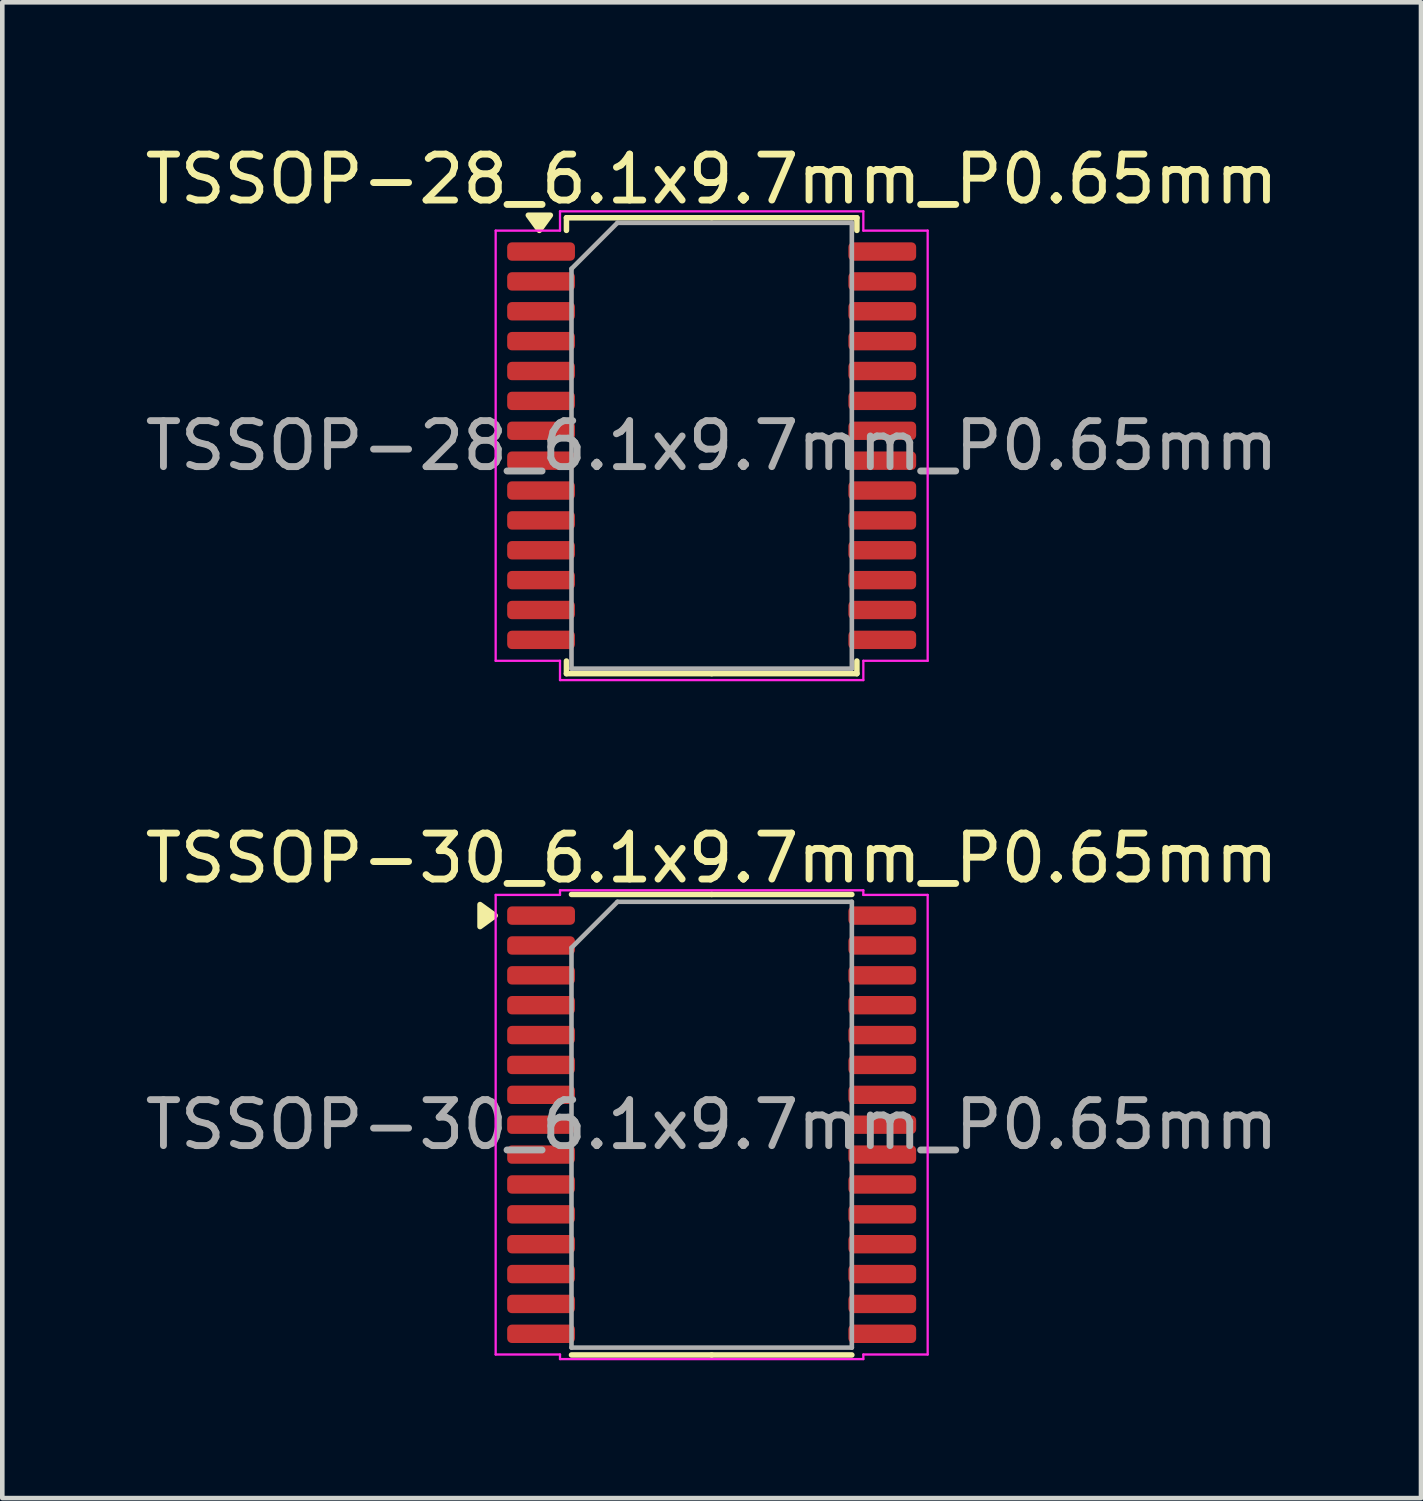
<source format=kicad_pcb>
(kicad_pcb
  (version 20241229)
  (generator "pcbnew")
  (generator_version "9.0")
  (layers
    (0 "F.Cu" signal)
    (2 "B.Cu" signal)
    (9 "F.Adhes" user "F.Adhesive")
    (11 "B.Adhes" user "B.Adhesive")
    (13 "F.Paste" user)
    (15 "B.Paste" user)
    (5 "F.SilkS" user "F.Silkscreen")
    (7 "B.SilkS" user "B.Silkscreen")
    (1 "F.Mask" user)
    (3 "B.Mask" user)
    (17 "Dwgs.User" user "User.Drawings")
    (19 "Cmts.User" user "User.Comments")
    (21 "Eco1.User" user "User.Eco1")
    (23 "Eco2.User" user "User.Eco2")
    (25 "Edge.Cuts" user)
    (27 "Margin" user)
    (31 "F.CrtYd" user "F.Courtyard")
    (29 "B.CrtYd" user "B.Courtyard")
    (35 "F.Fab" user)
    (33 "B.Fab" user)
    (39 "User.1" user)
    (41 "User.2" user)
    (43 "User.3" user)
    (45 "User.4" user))
  (footprint "TSSOP-28_6.1x9.7mm_P0.65mm"
    (layer "F.Cu")
    (at 12.435 6.648)
    (property "Reference" "TSSOP-28_6.1x9.7mm_P0.65mm" (at 0 -5.8 0) (layer "F.SilkS") (effects (font (size 1 1) (thickness 0.15))))
    (attr smd)
    (fp_line (start -3.16 -4.96) (end -3.16 -4.685) (stroke (width 0.12) (type solid)) (layer "F.SilkS"))
    (fp_line (start -3.16 4.96) (end -3.16 4.685) (stroke (width 0.12) (type solid)) (layer "F.SilkS"))
    (fp_line (start 0 -4.96) (end -3.16 -4.96) (stroke (width 0.12) (type solid)) (layer "F.SilkS"))
    (fp_line (start 0 -4.96) (end 3.16 -4.96) (stroke (width 0.12) (type solid)) (layer "F.SilkS"))
    (fp_line (start 0 4.96) (end -3.16 4.96) (stroke (width 0.12) (type solid)) (layer "F.SilkS"))
    (fp_line (start 0 4.96) (end 3.16 4.96) (stroke (width 0.12) (type solid)) (layer "F.SilkS"))
    (fp_line (start 3.16 -4.96) (end 3.16 -4.685) (stroke (width 0.12) (type solid)) (layer "F.SilkS"))
    (fp_line (start 3.16 4.96) (end 3.16 4.685) (stroke (width 0.12) (type solid)) (layer "F.SilkS"))
    (fp_poly (pts (xy -3.75 -4.685) (xy -3.99 -5.015) (xy -3.51 -5.015)) (stroke (width 0.12) (type solid)) (fill yes) (layer "F.SilkS"))
    (fp_line (start -4.7 -4.68) (end -3.3 -4.68) (stroke (width 0.05) (type solid)) (layer "F.CrtYd"))
    (fp_line (start -4.7 4.68) (end -4.7 -4.68) (stroke (width 0.05) (type solid)) (layer "F.CrtYd"))
    (fp_line (start -3.3 -5.1) (end 3.3 -5.1) (stroke (width 0.05) (type solid)) (layer "F.CrtYd"))
    (fp_line (start -3.3 -4.68) (end -3.3 -5.1) (stroke (width 0.05) (type solid)) (layer "F.CrtYd"))
    (fp_line (start -3.3 4.68) (end -4.7 4.68) (stroke (width 0.05) (type solid)) (layer "F.CrtYd"))
    (fp_line (start -3.3 5.1) (end -3.3 4.68) (stroke (width 0.05) (type solid)) (layer "F.CrtYd"))
    (fp_line (start 3.3 -5.1) (end 3.3 -4.68) (stroke (width 0.05) (type solid)) (layer "F.CrtYd"))
    (fp_line (start 3.3 -4.68) (end 4.7 -4.68) (stroke (width 0.05) (type solid)) (layer "F.CrtYd"))
    (fp_line (start 3.3 4.68) (end 3.3 5.1) (stroke (width 0.05) (type solid)) (layer "F.CrtYd"))
    (fp_line (start 3.3 5.1) (end -3.3 5.1) (stroke (width 0.05) (type solid)) (layer "F.CrtYd"))
    (fp_line (start 4.7 -4.68) (end 4.7 4.68) (stroke (width 0.05) (type solid)) (layer "F.CrtYd"))
    (fp_line (start 4.7 4.68) (end 3.3 4.68) (stroke (width 0.05) (type solid)) (layer "F.CrtYd"))
    (fp_line (start -3.05 -3.85) (end -2.05 -4.85) (stroke (width 0.1) (type solid)) (layer "F.Fab"))
    (fp_line (start -3.05 4.85) (end -3.05 -3.85) (stroke (width 0.1) (type solid)) (layer "F.Fab"))
    (fp_line (start -2.05 -4.85) (end 3.05 -4.85) (stroke (width 0.1) (type solid)) (layer "F.Fab"))
    (fp_line (start 3.05 -4.85) (end 3.05 4.85) (stroke (width 0.1) (type solid)) (layer "F.Fab"))
    (fp_line (start 3.05 4.85) (end -3.05 4.85) (stroke (width 0.1) (type solid)) (layer "F.Fab"))
    (fp_text user "${REFERENCE}" (at 0 0 0) (layer "F.Fab") (effects (font (size 1 1) (thickness 0.15))))
    (pad "1" smd roundrect (at -3.712 -4.225) (size 1.475 0.4) (layers "F.Cu" "F.Mask" "F.Paste") (roundrect_rratio 0.25))
    (pad "2" smd roundrect (at -3.712 -3.575) (size 1.475 0.4) (layers "F.Cu" "F.Mask" "F.Paste") (roundrect_rratio 0.25))
    (pad "3" smd roundrect (at -3.712 -2.925) (size 1.475 0.4) (layers "F.Cu" "F.Mask" "F.Paste") (roundrect_rratio 0.25))
    (pad "4" smd roundrect (at -3.712 -2.275) (size 1.475 0.4) (layers "F.Cu" "F.Mask" "F.Paste") (roundrect_rratio 0.25))
    (pad "5" smd roundrect (at -3.712 -1.625) (size 1.475 0.4) (layers "F.Cu" "F.Mask" "F.Paste") (roundrect_rratio 0.25))
    (pad "6" smd roundrect (at -3.712 -0.975) (size 1.475 0.4) (layers "F.Cu" "F.Mask" "F.Paste") (roundrect_rratio 0.25))
    (pad "7" smd roundrect (at -3.712 -0.325) (size 1.475 0.4) (layers "F.Cu" "F.Mask" "F.Paste") (roundrect_rratio 0.25))
    (pad "8" smd roundrect (at -3.712 0.325) (size 1.475 0.4) (layers "F.Cu" "F.Mask" "F.Paste") (roundrect_rratio 0.25))
    (pad "9" smd roundrect (at -3.712 0.975) (size 1.475 0.4) (layers "F.Cu" "F.Mask" "F.Paste") (roundrect_rratio 0.25))
    (pad "10" smd roundrect (at -3.712 1.625) (size 1.475 0.4) (layers "F.Cu" "F.Mask" "F.Paste") (roundrect_rratio 0.25))
    (pad "11" smd roundrect (at -3.712 2.275) (size 1.475 0.4) (layers "F.Cu" "F.Mask" "F.Paste") (roundrect_rratio 0.25))
    (pad "12" smd roundrect (at -3.712 2.925) (size 1.475 0.4) (layers "F.Cu" "F.Mask" "F.Paste") (roundrect_rratio 0.25))
    (pad "13" smd roundrect (at -3.712 3.575) (size 1.475 0.4) (layers "F.Cu" "F.Mask" "F.Paste") (roundrect_rratio 0.25))
    (pad "14" smd roundrect (at -3.712 4.225) (size 1.475 0.4) (layers "F.Cu" "F.Mask" "F.Paste") (roundrect_rratio 0.25))
    (pad "15" smd roundrect (at 3.712 4.225) (size 1.475 0.4) (layers "F.Cu" "F.Mask" "F.Paste") (roundrect_rratio 0.25))
    (pad "16" smd roundrect (at 3.712 3.575) (size 1.475 0.4) (layers "F.Cu" "F.Mask" "F.Paste") (roundrect_rratio 0.25))
    (pad "17" smd roundrect (at 3.712 2.925) (size 1.475 0.4) (layers "F.Cu" "F.Mask" "F.Paste") (roundrect_rratio 0.25))
    (pad "18" smd roundrect (at 3.712 2.275) (size 1.475 0.4) (layers "F.Cu" "F.Mask" "F.Paste") (roundrect_rratio 0.25))
    (pad "19" smd roundrect (at 3.712 1.625) (size 1.475 0.4) (layers "F.Cu" "F.Mask" "F.Paste") (roundrect_rratio 0.25))
    (pad "20" smd roundrect (at 3.712 0.975) (size 1.475 0.4) (layers "F.Cu" "F.Mask" "F.Paste") (roundrect_rratio 0.25))
    (pad "21" smd roundrect (at 3.712 0.325) (size 1.475 0.4) (layers "F.Cu" "F.Mask" "F.Paste") (roundrect_rratio 0.25))
    (pad "22" smd roundrect (at 3.712 -0.325) (size 1.475 0.4) (layers "F.Cu" "F.Mask" "F.Paste") (roundrect_rratio 0.25))
    (pad "23" smd roundrect (at 3.712 -0.975) (size 1.475 0.4) (layers "F.Cu" "F.Mask" "F.Paste") (roundrect_rratio 0.25))
    (pad "24" smd roundrect (at 3.712 -1.625) (size 1.475 0.4) (layers "F.Cu" "F.Mask" "F.Paste") (roundrect_rratio 0.25))
    (pad "25" smd roundrect (at 3.712 -2.275) (size 1.475 0.4) (layers "F.Cu" "F.Mask" "F.Paste") (roundrect_rratio 0.25))
    (pad "26" smd roundrect (at 3.712 -2.925) (size 1.475 0.4) (layers "F.Cu" "F.Mask" "F.Paste") (roundrect_rratio 0.25))
    (pad "27" smd roundrect (at 3.712 -3.575) (size 1.475 0.4) (layers "F.Cu" "F.Mask" "F.Paste") (roundrect_rratio 0.25))
    (pad "28" smd roundrect (at 3.712 -4.225) (size 1.475 0.4) (layers "F.Cu" "F.Mask" "F.Paste") (roundrect_rratio 0.25)))
  (footprint "TSSOP-30_6.1x9.7mm_P0.65mm"
    (layer "F.Cu")
    (at 12.435 21.422)
    (property "Reference" "TSSOP-30_6.1x9.7mm_P0.65mm" (at 0 -5.8 0) (layer "F.SilkS") (effects (font (size 1 1) (thickness 0.15))))
    (attr smd)
    (fp_line (start 0 -5.01) (end -3.05 -5.01) (stroke (width 0.12) (type solid)) (layer "F.SilkS"))
    (fp_line (start 0 -5.01) (end 3.05 -5.01) (stroke (width 0.12) (type solid)) (layer "F.SilkS"))
    (fp_line (start 0 5.01) (end -3.05 5.01) (stroke (width 0.12) (type solid)) (layer "F.SilkS"))
    (fp_line (start 0 5.01) (end 3.05 5.01) (stroke (width 0.12) (type solid)) (layer "F.SilkS"))
    (fp_poly (pts (xy -4.71 -4.55) (xy -5.04 -4.31) (xy -5.04 -4.79)) (stroke (width 0.12) (type solid)) (fill yes) (layer "F.SilkS"))
    (fp_line (start -4.7 -5) (end -3.3 -5) (stroke (width 0.05) (type solid)) (layer "F.CrtYd"))
    (fp_line (start -4.7 5) (end -4.7 -5) (stroke (width 0.05) (type solid)) (layer "F.CrtYd"))
    (fp_line (start -3.3 -5.1) (end 3.3 -5.1) (stroke (width 0.05) (type solid)) (layer "F.CrtYd"))
    (fp_line (start -3.3 -5) (end -3.3 -5.1) (stroke (width 0.05) (type solid)) (layer "F.CrtYd"))
    (fp_line (start -3.3 5) (end -4.7 5) (stroke (width 0.05) (type solid)) (layer "F.CrtYd"))
    (fp_line (start -3.3 5.1) (end -3.3 5) (stroke (width 0.05) (type solid)) (layer "F.CrtYd"))
    (fp_line (start 3.3 -5.1) (end 3.3 -5) (stroke (width 0.05) (type solid)) (layer "F.CrtYd"))
    (fp_line (start 3.3 -5) (end 4.7 -5) (stroke (width 0.05) (type solid)) (layer "F.CrtYd"))
    (fp_line (start 3.3 5) (end 3.3 5.1) (stroke (width 0.05) (type solid)) (layer "F.CrtYd"))
    (fp_line (start 3.3 5.1) (end -3.3 5.1) (stroke (width 0.05) (type solid)) (layer "F.CrtYd"))
    (fp_line (start 4.7 -5) (end 4.7 5) (stroke (width 0.05) (type solid)) (layer "F.CrtYd"))
    (fp_line (start 4.7 5) (end 3.3 5) (stroke (width 0.05) (type solid)) (layer "F.CrtYd"))
    (fp_line (start -3.05 -3.85) (end -2.05 -4.85) (stroke (width 0.1) (type solid)) (layer "F.Fab"))
    (fp_line (start -3.05 4.85) (end -3.05 -3.85) (stroke (width 0.1) (type solid)) (layer "F.Fab"))
    (fp_line (start -2.05 -4.85) (end 3.05 -4.85) (stroke (width 0.1) (type solid)) (layer "F.Fab"))
    (fp_line (start 3.05 -4.85) (end 3.05 4.85) (stroke (width 0.1) (type solid)) (layer "F.Fab"))
    (fp_line (start 3.05 4.85) (end -3.05 4.85) (stroke (width 0.1) (type solid)) (layer "F.Fab"))
    (fp_text user "${REFERENCE}" (at 0 0 0) (layer "F.Fab") (effects (font (size 1 1) (thickness 0.15))))
    (pad "1" smd roundrect (at -3.712 -4.55) (size 1.475 0.4) (layers "F.Cu" "F.Mask" "F.Paste") (roundrect_rratio 0.25))
    (pad "2" smd roundrect (at -3.712 -3.9) (size 1.475 0.4) (layers "F.Cu" "F.Mask" "F.Paste") (roundrect_rratio 0.25))
    (pad "3" smd roundrect (at -3.712 -3.25) (size 1.475 0.4) (layers "F.Cu" "F.Mask" "F.Paste") (roundrect_rratio 0.25))
    (pad "4" smd roundrect (at -3.712 -2.6) (size 1.475 0.4) (layers "F.Cu" "F.Mask" "F.Paste") (roundrect_rratio 0.25))
    (pad "5" smd roundrect (at -3.712 -1.95) (size 1.475 0.4) (layers "F.Cu" "F.Mask" "F.Paste") (roundrect_rratio 0.25))
    (pad "6" smd roundrect (at -3.712 -1.3) (size 1.475 0.4) (layers "F.Cu" "F.Mask" "F.Paste") (roundrect_rratio 0.25))
    (pad "7" smd roundrect (at -3.712 -0.65) (size 1.475 0.4) (layers "F.Cu" "F.Mask" "F.Paste") (roundrect_rratio 0.25))
    (pad "8" smd roundrect (at -3.712 0) (size 1.475 0.4) (layers "F.Cu" "F.Mask" "F.Paste") (roundrect_rratio 0.25))
    (pad "9" smd roundrect (at -3.712 0.65) (size 1.475 0.4) (layers "F.Cu" "F.Mask" "F.Paste") (roundrect_rratio 0.25))
    (pad "10" smd roundrect (at -3.712 1.3) (size 1.475 0.4) (layers "F.Cu" "F.Mask" "F.Paste") (roundrect_rratio 0.25))
    (pad "11" smd roundrect (at -3.712 1.95) (size 1.475 0.4) (layers "F.Cu" "F.Mask" "F.Paste") (roundrect_rratio 0.25))
    (pad "12" smd roundrect (at -3.712 2.6) (size 1.475 0.4) (layers "F.Cu" "F.Mask" "F.Paste") (roundrect_rratio 0.25))
    (pad "13" smd roundrect (at -3.712 3.25) (size 1.475 0.4) (layers "F.Cu" "F.Mask" "F.Paste") (roundrect_rratio 0.25))
    (pad "14" smd roundrect (at -3.712 3.9) (size 1.475 0.4) (layers "F.Cu" "F.Mask" "F.Paste") (roundrect_rratio 0.25))
    (pad "15" smd roundrect (at -3.712 4.55) (size 1.475 0.4) (layers "F.Cu" "F.Mask" "F.Paste") (roundrect_rratio 0.25))
    (pad "16" smd roundrect (at 3.712 4.55) (size 1.475 0.4) (layers "F.Cu" "F.Mask" "F.Paste") (roundrect_rratio 0.25))
    (pad "17" smd roundrect (at 3.712 3.9) (size 1.475 0.4) (layers "F.Cu" "F.Mask" "F.Paste") (roundrect_rratio 0.25))
    (pad "18" smd roundrect (at 3.712 3.25) (size 1.475 0.4) (layers "F.Cu" "F.Mask" "F.Paste") (roundrect_rratio 0.25))
    (pad "19" smd roundrect (at 3.712 2.6) (size 1.475 0.4) (layers "F.Cu" "F.Mask" "F.Paste") (roundrect_rratio 0.25))
    (pad "20" smd roundrect (at 3.712 1.95) (size 1.475 0.4) (layers "F.Cu" "F.Mask" "F.Paste") (roundrect_rratio 0.25))
    (pad "21" smd roundrect (at 3.712 1.3) (size 1.475 0.4) (layers "F.Cu" "F.Mask" "F.Paste") (roundrect_rratio 0.25))
    (pad "22" smd roundrect (at 3.712 0.65) (size 1.475 0.4) (layers "F.Cu" "F.Mask" "F.Paste") (roundrect_rratio 0.25))
    (pad "23" smd roundrect (at 3.712 0) (size 1.475 0.4) (layers "F.Cu" "F.Mask" "F.Paste") (roundrect_rratio 0.25))
    (pad "24" smd roundrect (at 3.712 -0.65) (size 1.475 0.4) (layers "F.Cu" "F.Mask" "F.Paste") (roundrect_rratio 0.25))
    (pad "25" smd roundrect (at 3.712 -1.3) (size 1.475 0.4) (layers "F.Cu" "F.Mask" "F.Paste") (roundrect_rratio 0.25))
    (pad "26" smd roundrect (at 3.712 -1.95) (size 1.475 0.4) (layers "F.Cu" "F.Mask" "F.Paste") (roundrect_rratio 0.25))
    (pad "27" smd roundrect (at 3.712 -2.6) (size 1.475 0.4) (layers "F.Cu" "F.Mask" "F.Paste") (roundrect_rratio 0.25))
    (pad "28" smd roundrect (at 3.712 -3.25) (size 1.475 0.4) (layers "F.Cu" "F.Mask" "F.Paste") (roundrect_rratio 0.25))
    (pad "29" smd roundrect (at 3.712 -3.9) (size 1.475 0.4) (layers "F.Cu" "F.Mask" "F.Paste") (roundrect_rratio 0.25))
    (pad "30" smd roundrect (at 3.712 -4.55) (size 1.475 0.4) (layers "F.Cu" "F.Mask" "F.Paste") (roundrect_rratio 0.25)))
  (gr_rect
    (start -3 -3)
    (end 27.869 29.547)
    (stroke (width 0.1) (type default))
    (fill no)
    (layer "Edge.Cuts")))
</source>
